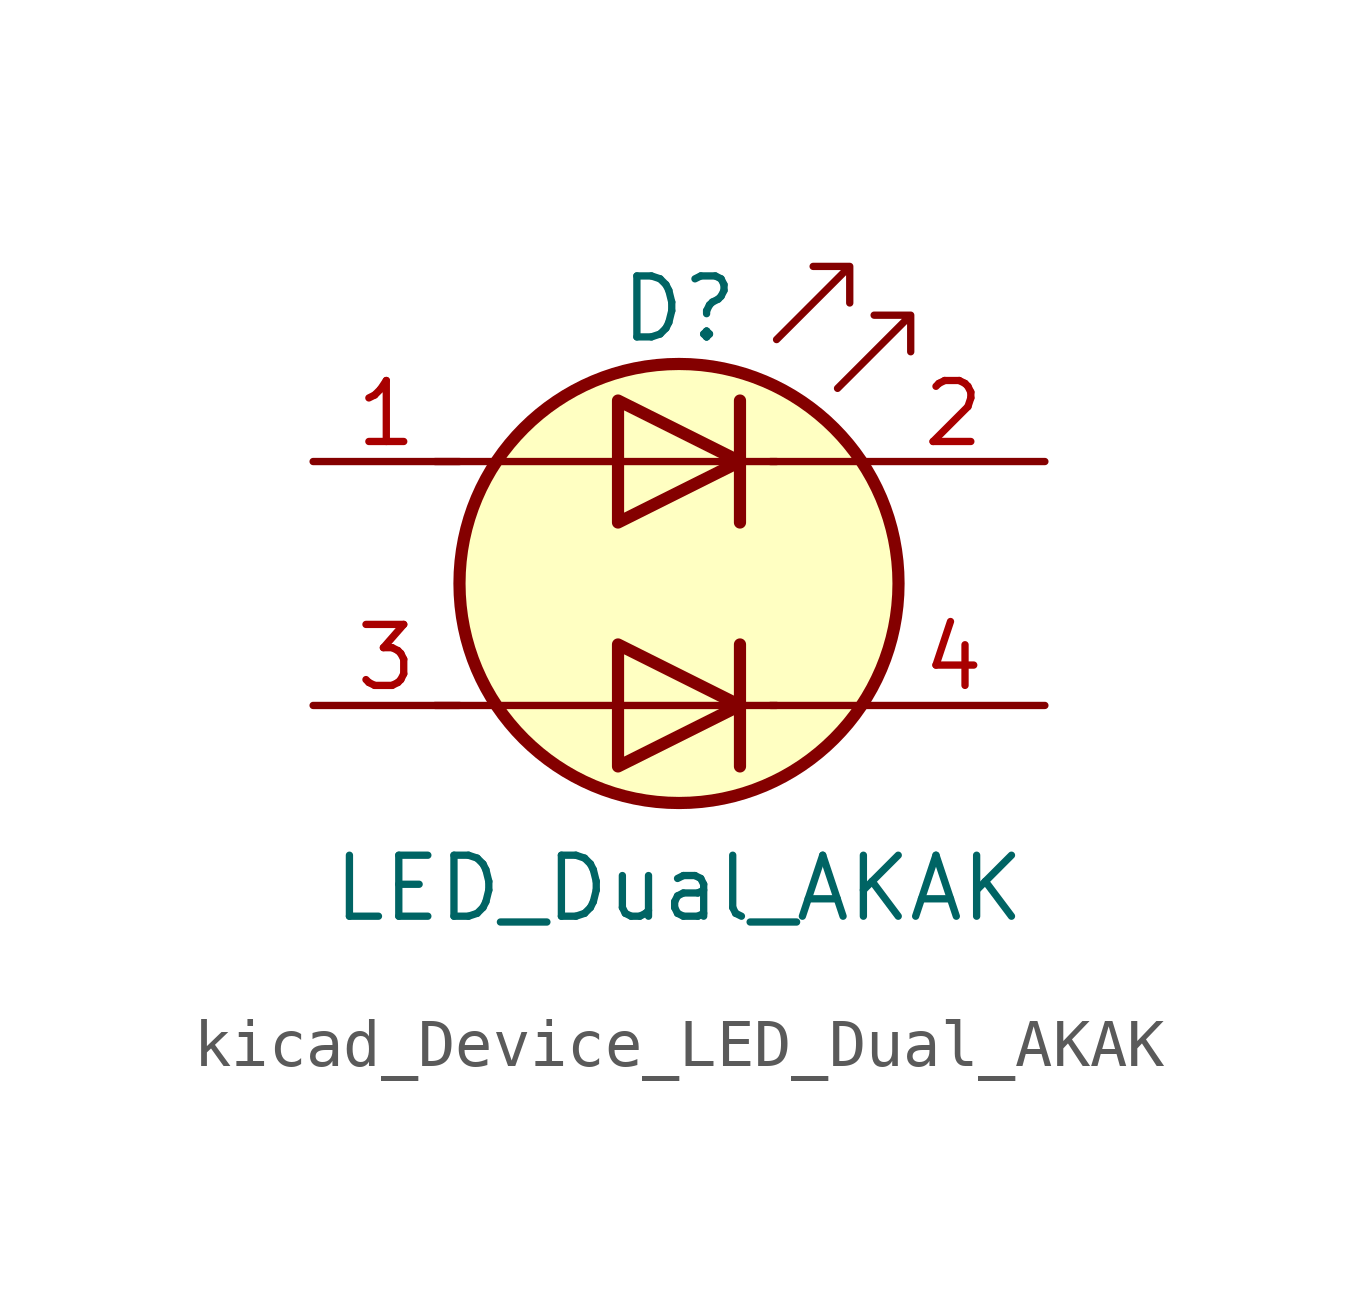
<source format=kicad_sym>
(kicad_symbol_lib
  (version 20220914)
  (generator kicad_symbol_editor)
  (symbol "kicad_Device_LED_Dual_AKAK"
    (pin_names
      (offset 0) hide)
    (property "Reference" "D"
      (at 0 5.715 0)
      (effects (font (size 1.27 1.27))))
    (property "Value" "LED_Dual_AKAK"
      (at 0 -6.35 0)
      (effects (font (size 1.27 1.27))))
    (symbol "kicad_Device_LED_Dual_AKAK_0_1"
      (polyline (pts (xy -5.08 -2.54) (xy 2.032 -2.54)) (stroke (width 0) (type default)) (fill (type none)))
      (polyline (pts (xy -5.08 2.54) (xy 2.032 2.54)) (stroke (width 0) (type default)) (fill (type none)))
      (polyline (pts (xy 1.27 -1.27) (xy 1.27 -3.81)) (stroke (width 0.254) (type default)) (fill (type none)))
      (polyline (pts (xy 1.27 3.81) (xy 1.27 1.27)) (stroke (width 0.254) (type default)) (fill (type none)))
      (polyline (pts (xy 3.81 -2.54) (xy 1.905 -2.54)) (stroke (width 0) (type default)) (fill (type none)))
      (polyline (pts (xy 3.81 2.54) (xy 1.905 2.54)) (stroke (width 0) (type default)) (fill (type none)))
      (polyline (pts (xy -1.27 -1.27) (xy -1.27 -3.81) (xy 1.27 -2.54) (xy -1.27 -1.27)) (stroke (width 0.254) (type default)) (fill (type none)))
      (polyline (pts (xy -1.27 3.81) (xy -1.27 1.27) (xy 1.27 2.54) (xy -1.27 3.81)) (stroke (width 0.254) (type default)) (fill (type none)))
      (polyline (pts (xy 2.032 5.08) (xy 3.556 6.604) (xy 2.794 6.604) (xy 3.556 6.604) (xy 3.556 5.842)) (stroke (width 0) (type default)) (fill (type none)))
      (polyline (pts (xy 3.302 4.064) (xy 4.826 5.588) (xy 4.064 5.588) (xy 4.826 5.588) (xy 4.826 4.826)) (stroke (width 0) (type default)) (fill (type none)))
      (circle (center 0 0) (radius 4.572) (stroke (width 0.254) (type default)) (fill (type background))))
    (symbol "kicad_Device_LED_Dual_AKAK_1_1"
      (pin input line (at -7.62 2.54 0) (length 3.048) (name "A1" (effects (font (size 1.27 1.27)))) (number "1" (effects (font (size 1.27 1.27)))))
      (pin input line (at 7.62 2.54 180) (length 3.81) (name "K1" (effects (font (size 1.27 1.27)))) (number "2" (effects (font (size 1.27 1.27)))))
      (pin input line (at -7.62 -2.54 0) (length 3.048) (name "A2" (effects (font (size 1.27 1.27)))) (number "3" (effects (font (size 1.27 1.27)))))
      (pin input line (at 7.62 -2.54 180) (length 3.81) (name "K2" (effects (font (size 1.27 1.27)))) (number "4" (effects (font (size 1.27 1.27))))))))
</source>
